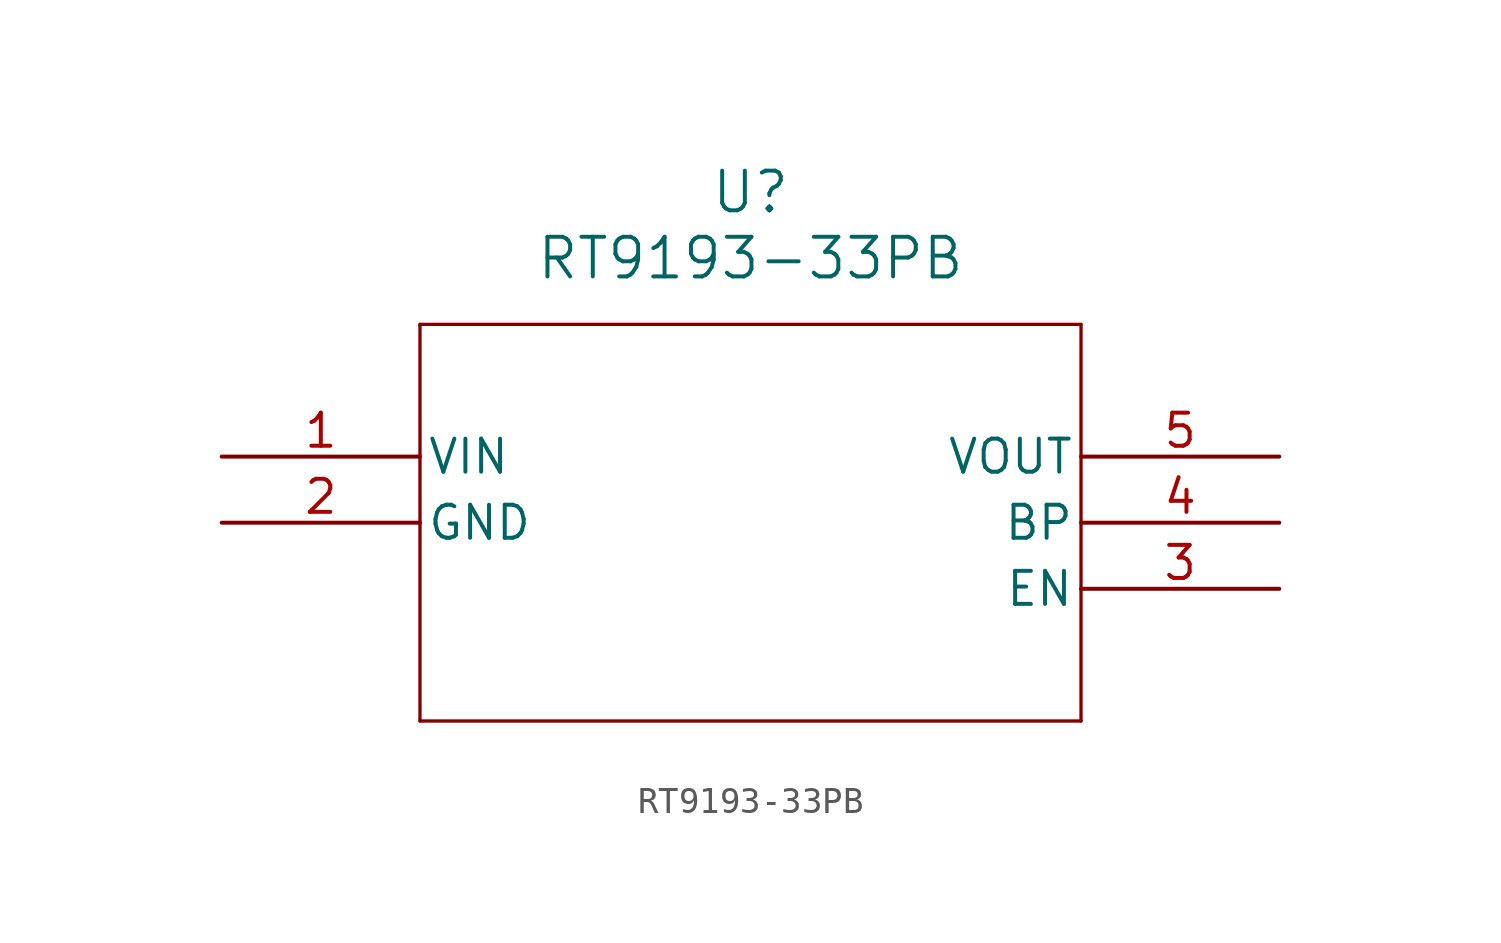
<source format=kicad_sym>
(kicad_symbol_lib
  (version 20211014)
  (generator kicad_symbol_editor)
  (symbol "RT9193-33PB"
    (pin_names
      (offset 0.254))
    (property "Reference" "U"
      (at 20.32 10.16 0)
      (effects (font (size 1.524 1.524))))
    (property "Value" "RT9193-33PB"
      (at 20.32 7.62 0)
      (effects (font (size 1.524 1.524))))
    (symbol "RT9193-33PB_0_1"
      (polyline (pts (xy 7.62 5.08) (xy 7.62 -10.16)) (stroke (width 0.127) (type default) (color 0 0 0 0)) (fill (type none)))
      (polyline (pts (xy 7.62 -10.16) (xy 33.02 -10.16)) (stroke (width 0.127) (type default) (color 0 0 0 0)) (fill (type none)))
      (polyline (pts (xy 33.02 -10.16) (xy 33.02 5.08)) (stroke (width 0.127) (type default) (color 0 0 0 0)) (fill (type none)))
      (polyline (pts (xy 33.02 5.08) (xy 7.62 5.08)) (stroke (width 0.127) (type default) (color 0 0 0 0)) (fill (type none)))
      (pin power_in line (at 0 0 0) (length 7.62) (name "VIN" (effects (font (size 1.27 1.27)))) (number "1" (effects (font (size 1.27 1.27)))))
      (pin power_out line (at 0 -2.54 0) (length 7.62) (name "GND" (effects (font (size 1.27 1.27)))) (number "2" (effects (font (size 1.27 1.27)))))
      (pin input line (at 40.64 -5.08 180) (length 7.62) (name "EN" (effects (font (size 1.27 1.27)))) (number "3" (effects (font (size 1.27 1.27)))))
      (pin unspecified line (at 40.64 -2.54 180) (length 7.62) (name "BP" (effects (font (size 1.27 1.27)))) (number "4" (effects (font (size 1.27 1.27)))))
      (pin output line (at 40.64 0 180) (length 7.62) (name "VOUT" (effects (font (size 1.27 1.27)))) (number "5" (effects (font (size 1.27 1.27))))))))
</source>
